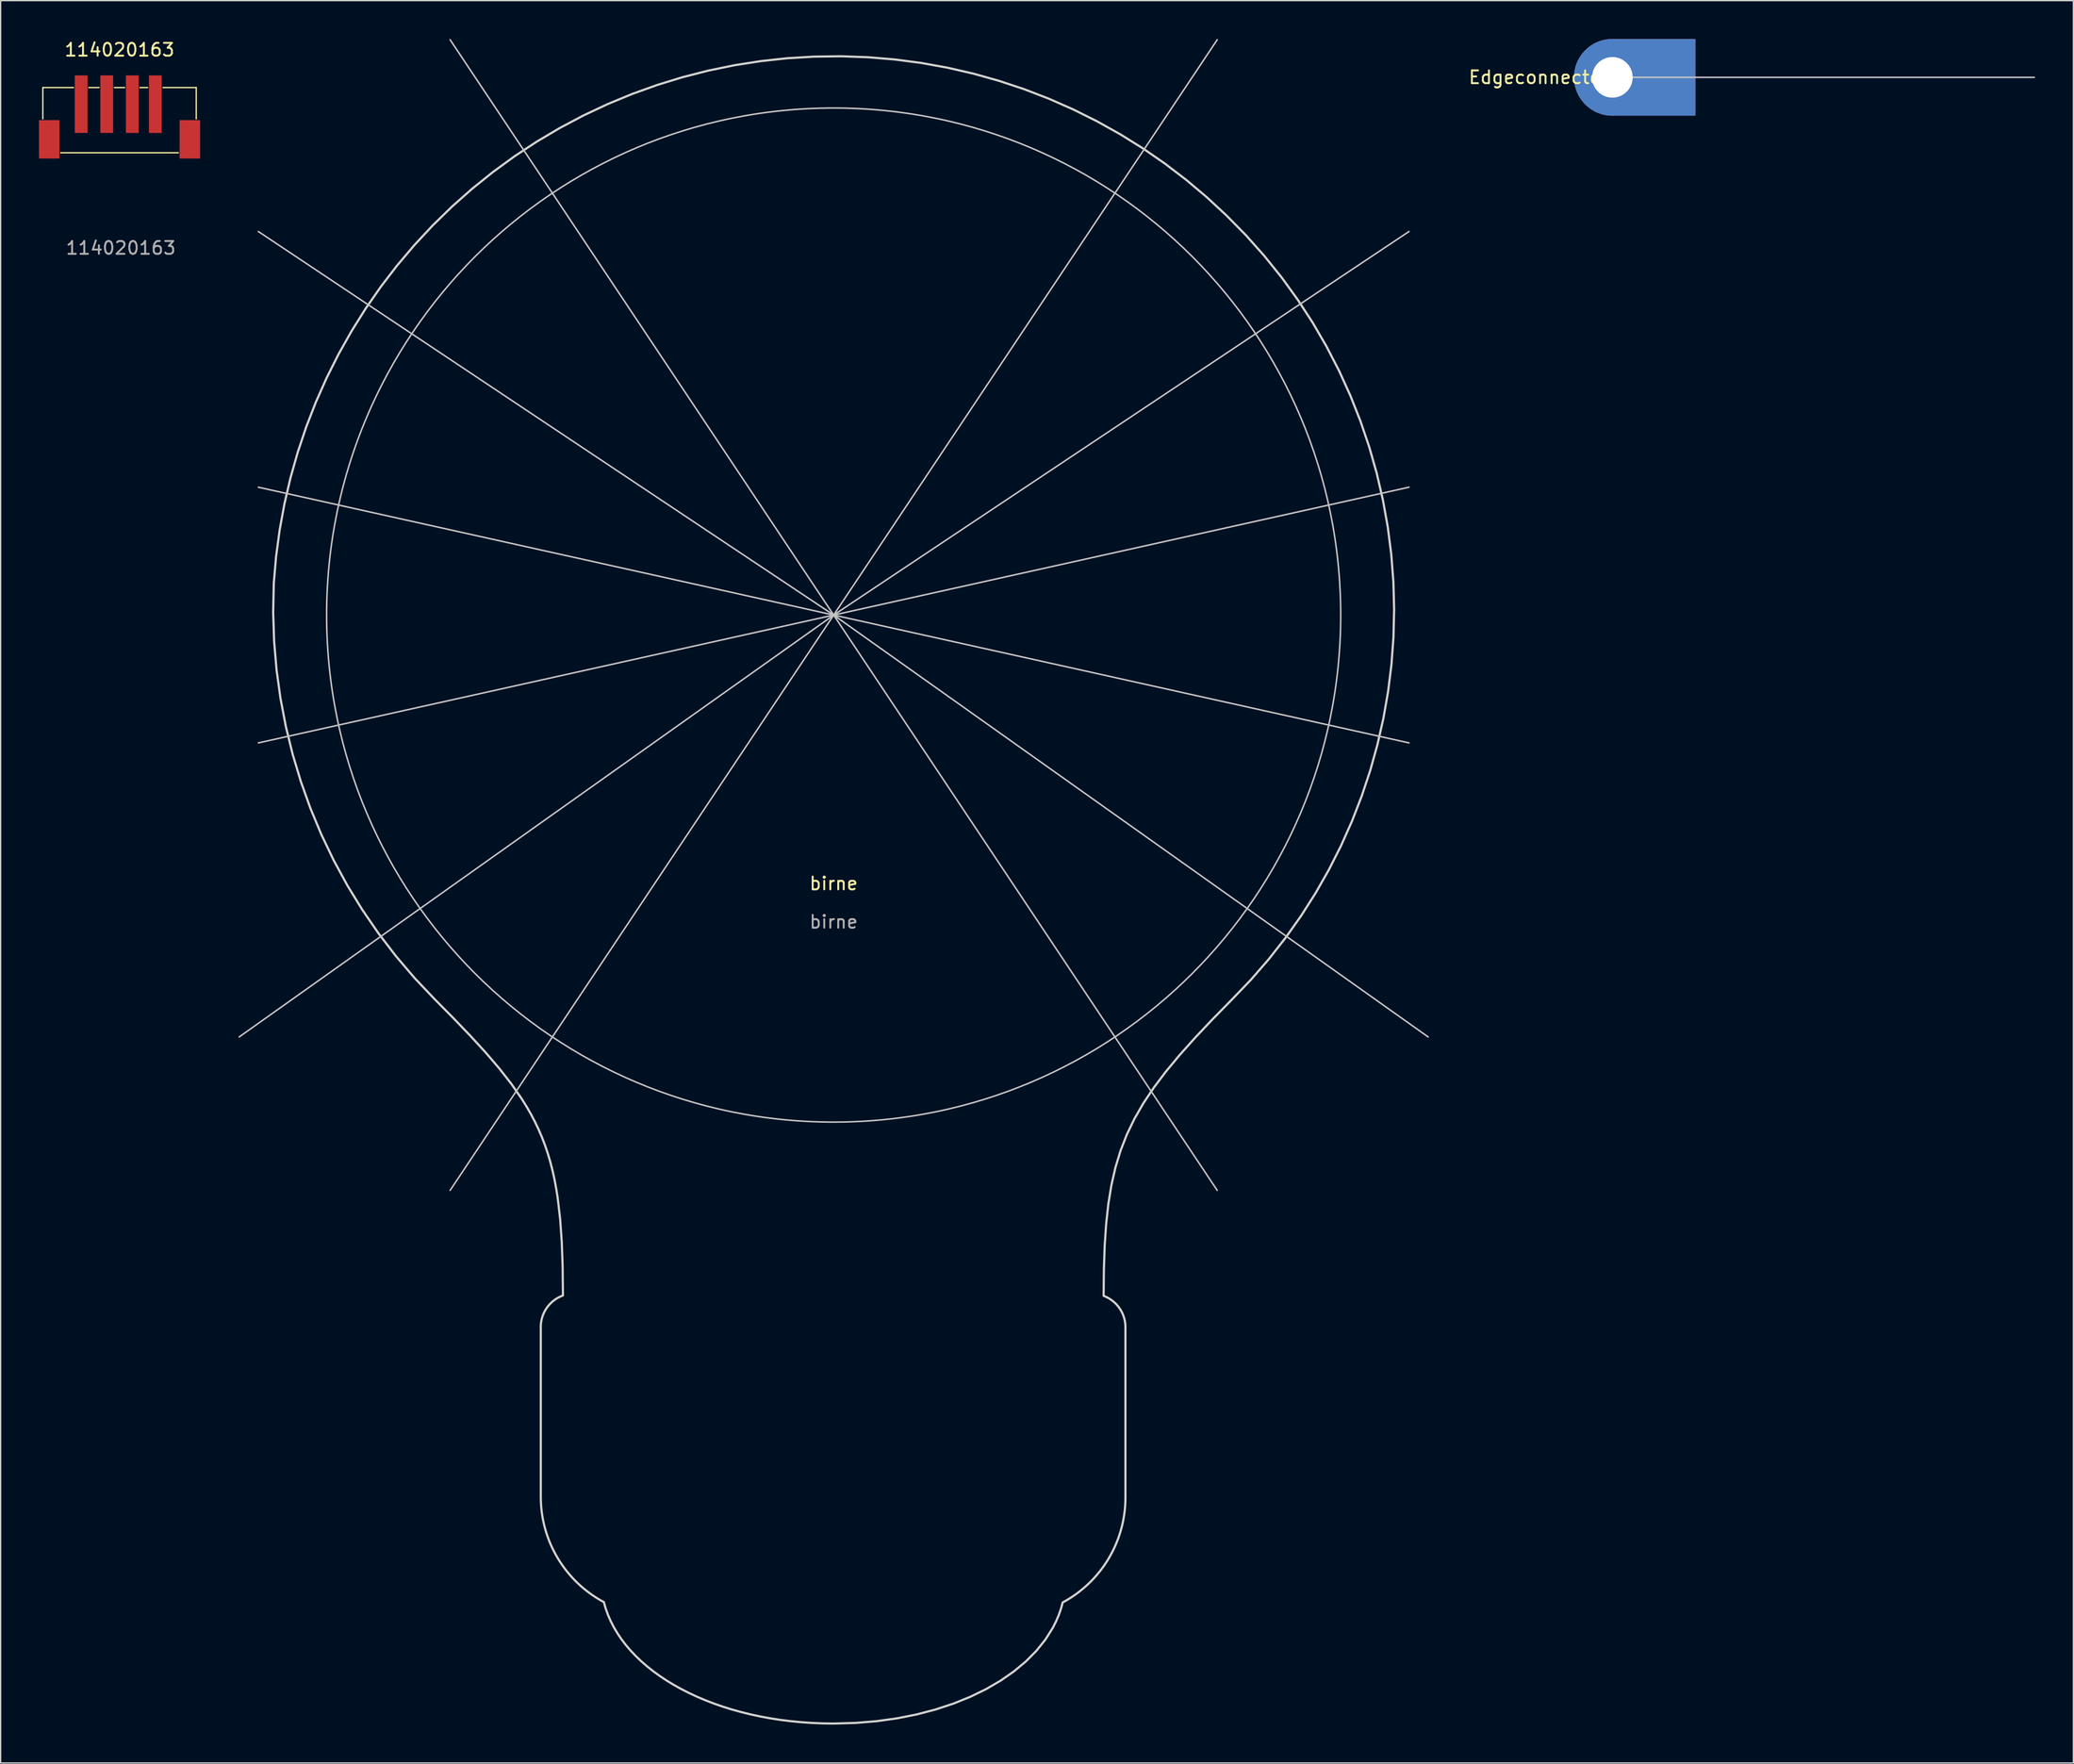
<source format=kicad_pcb>
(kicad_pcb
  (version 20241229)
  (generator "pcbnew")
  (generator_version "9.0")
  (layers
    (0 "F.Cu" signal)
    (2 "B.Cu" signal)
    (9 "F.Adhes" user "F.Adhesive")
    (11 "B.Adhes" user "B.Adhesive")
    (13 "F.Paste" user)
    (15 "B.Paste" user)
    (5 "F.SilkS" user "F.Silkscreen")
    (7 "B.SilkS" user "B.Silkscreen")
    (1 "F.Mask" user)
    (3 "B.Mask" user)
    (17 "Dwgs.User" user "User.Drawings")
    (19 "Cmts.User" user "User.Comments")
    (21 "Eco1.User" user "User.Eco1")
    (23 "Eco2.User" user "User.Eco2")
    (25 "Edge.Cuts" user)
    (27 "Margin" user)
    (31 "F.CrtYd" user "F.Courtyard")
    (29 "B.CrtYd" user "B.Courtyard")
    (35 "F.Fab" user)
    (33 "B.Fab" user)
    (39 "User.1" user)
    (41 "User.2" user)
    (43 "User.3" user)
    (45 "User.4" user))
  (footprint "Edgeconnector"
    (layer "F.Cu")
    (at 123.071 3)
    (property "Reference" "Edgeconnector" (at -5.75 0 0) (layer "F.SilkS") (effects (font (size 1 1) (thickness 0.15))))
    (attr through_hole)
    (fp_line (start 0 0) (end 33 0) (stroke (width 0.12) (type solid)) (layer "Dwgs.User"))
    (pad "1" thru_hole circle (at 0 0) (size 6 6) (drill 3.175) (layers "*.Cu" "*.Mask"))
    (pad "1" smd custom (at 0 0) (size 6 6) (layers "F.Cu" "F.Mask") (options (anchor circle)) (primitives (gr_poly (pts (xy 6.5 3) (xy 0 3) (xy 0 -3) (xy 6.5 -3)) (width 0) (fill yes))))
    (pad "1" smd custom (at 0 0) (size 6 6) (layers "B.Cu" "B.Mask") (options (anchor circle)) (primitives (gr_poly (pts (xy 6.5 -3) (xy 0 -3) (xy 0 3) (xy 6.5 3)) (width 0) (fill yes)))))
  (footprint "birne"
    (layer "F.Cu")
    (at 62.16 45.06)
    (property "Reference" "birne" (at 0 21 0) (unlocked yes) (layer "F.SilkS") (effects (font (size 1 1) (thickness 0.15))))
    (attr smd)
    (fp_line (start 0 0) (end -46.5 33) (stroke (width 0.12) (type solid)) (layer "Dwgs.User"))
    (fp_line (start 0 0) (end -45 -30) (stroke (width 0.12) (type solid)) (layer "Dwgs.User"))
    (fp_line (start 0 0) (end -45 -10) (stroke (width 0.12) (type solid)) (layer "Dwgs.User"))
    (fp_line (start 0 0) (end -45 10) (stroke (width 0.12) (type solid)) (layer "Dwgs.User"))
    (fp_line (start 0 0) (end -30 -45) (stroke (width 0.12) (type solid)) (layer "Dwgs.User"))
    (fp_line (start 0 0) (end -30 45) (stroke (width 0.12) (type solid)) (layer "Dwgs.User"))
    (fp_line (start 0 0) (end 30 -45) (stroke (width 0.12) (type solid)) (layer "Dwgs.User"))
    (fp_line (start 0 0) (end 30 45) (stroke (width 0.12) (type solid)) (layer "Dwgs.User"))
    (fp_line (start 0 0) (end 45 -30) (stroke (width 0.12) (type solid)) (layer "Dwgs.User"))
    (fp_line (start 0 0) (end 45 -10) (stroke (width 0.12) (type solid)) (layer "Dwgs.User"))
    (fp_line (start 0 0) (end 45 10) (stroke (width 0.12) (type solid)) (layer "Dwgs.User"))
    (fp_line (start 0 0) (end 46.5 33) (stroke (width 0.12) (type solid)) (layer "Dwgs.User"))
    (fp_circle (center 0 0) (end 22 -33) (stroke (width 0.12) (type solid)) (fill no) (layer "Dwgs.User"))
    (fp_poly (pts (xy 2.684 -43.633) (xy 4.778 -43.458) (xy 6.853 -43.185) (xy 8.907 -42.814) (xy 10.937 -42.347) (xy 12.939 -41.785) (xy 14.91 -41.13) (xy 16.847 -40.383) (xy 18.747 -39.545) (xy 20.606 -38.618) (xy 22.421 -37.604) (xy 24.189 -36.502) (xy 25.906 -35.316) (xy 27.57 -34.045) (xy 29.176 -32.693) (xy 30.722 -31.259) (xy 32.249 -29.708) (xy 33.689 -28.089) (xy 35.041 -26.407) (xy 36.302 -24.664) (xy 37.472 -22.865) (xy 38.549 -21.012) (xy 39.531 -19.111) (xy 40.417 -17.164) (xy 41.204 -15.175) (xy 41.892 -13.149) (xy 42.479 -11.088) (xy 42.963 -8.997) (xy 43.343 -6.879) (xy 43.617 -4.739) (xy 43.783 -2.578) (xy 43.841 -0.403) (xy 43.839 -0.401) (xy 43.788 1.739) (xy 43.631 3.866) (xy 43.369 5.974) (xy 43.004 8.06) (xy 42.538 10.121) (xy 41.972 12.153) (xy 41.307 14.152) (xy 40.546 16.115) (xy 39.689 18.038) (xy 38.738 19.918) (xy 37.694 21.751) (xy 36.559 23.533) (xy 35.335 25.262) (xy 34.023 26.932) (xy 32.624 28.541) (xy 31.141 30.085) (xy 31.141 30.086) (xy 29.623 31.632) (xy 28.262 33.074) (xy 27.049 34.431) (xy 25.977 35.724) (xy 25.037 36.972) (xy 24.222 38.194) (xy 23.523 39.409) (xy 22.931 40.637) (xy 22.44 41.898) (xy 22.041 43.21) (xy 21.725 44.593) (xy 21.485 46.066) (xy 21.312 47.65) (xy 21.198 49.363) (xy 21.136 51.224) (xy 21.118 53.254) (xy 21.3 53.33) (xy 21.474 53.418) (xy 21.64 53.519) (xy 21.797 53.63) (xy 21.945 53.752) (xy 22.083 53.884) (xy 22.211 54.026) (xy 22.328 54.176) (xy 22.434 54.334) (xy 22.528 54.5) (xy 22.61 54.673) (xy 22.679 54.851) (xy 22.736 55.036) (xy 22.779 55.225) (xy 22.808 55.418) (xy 22.823 55.616) (xy 22.823 69.048) (xy 22.817 69.363) (xy 22.8 69.677) (xy 22.773 69.989) (xy 22.736 70.3) (xy 22.688 70.609) (xy 22.63 70.916) (xy 22.562 71.221) (xy 22.483 71.523) (xy 22.394 71.823) (xy 22.296 72.119) (xy 22.187 72.412) (xy 22.069 72.701) (xy 21.941 72.987) (xy 21.803 73.268) (xy 21.655 73.545) (xy 21.498 73.818) (xy 21.332 74.085) (xy 21.157 74.346) (xy 20.974 74.6) (xy 20.782 74.848) (xy 20.583 75.089) (xy 20.375 75.323) (xy 20.161 75.549) (xy 19.938 75.769) (xy 19.709 75.98) (xy 19.472 76.184) (xy 19.229 76.38) (xy 18.979 76.568) (xy 18.723 76.748) (xy 18.46 76.919) (xy 18.191 77.081) (xy 17.916 77.235) (xy 17.776 77.742) (xy 17.6 78.241) (xy 17.39 78.73) (xy 17.147 79.209) (xy 16.565 80.136) (xy 15.858 81.017) (xy 15.034 81.85) (xy 14.098 82.63) (xy 13.057 83.354) (xy 11.918 84.018) (xy 10.686 84.617) (xy 9.367 85.149) (xy 7.969 85.61) (xy 6.497 85.995) (xy 4.957 86.301) (xy 3.356 86.524) (xy 1.701 86.661) (xy -0.004 86.708) (xy -0.862 86.696) (xy -1.708 86.661) (xy -2.543 86.603) (xy -3.364 86.523) (xy -4.172 86.422) (xy -4.965 86.299) (xy -5.743 86.155) (xy -6.505 85.991) (xy -7.251 85.807) (xy -7.978 85.604) (xy -8.688 85.382) (xy -9.378 85.141) (xy -10.048 84.883) (xy -10.698 84.607) (xy -11.326 84.314) (xy -11.932 84.005) (xy -12.515 83.68) (xy -13.074 83.339) (xy -13.609 82.983) (xy -14.119 82.613) (xy -14.602 82.228) (xy -15.059 81.83) (xy -15.488 81.419) (xy -15.888 80.996) (xy -16.259 80.56) (xy -16.601 80.112) (xy -16.911 79.653) (xy -17.191 79.184) (xy -17.438 78.704) (xy -17.651 78.215) (xy -17.831 77.717) (xy -17.977 77.209) (xy -18.252 77.056) (xy -18.521 76.894) (xy -18.785 76.723) (xy -19.042 76.543) (xy -19.292 76.355) (xy -19.536 76.16) (xy -19.774 75.956) (xy -20.004 75.744) (xy -20.227 75.525) (xy -20.442 75.299) (xy -20.65 75.065) (xy -20.85 74.824) (xy -21.043 74.577) (xy -21.227 74.322) (xy -21.402 74.062) (xy -21.569 73.795) (xy -21.728 73.522) (xy -21.876 73.245) (xy -22.015 72.963) (xy -22.144 72.678) (xy -22.264 72.388) (xy -22.373 72.095) (xy -22.473 71.799) (xy -22.562 71.499) (xy -22.642 71.197) (xy -22.711 70.892) (xy -22.77 70.585) (xy -22.819 70.275) (xy -22.857 69.964) (xy -22.885 69.652) (xy -22.902 69.338) (xy -22.909 69.023) (xy -22.909 55.589) (xy -22.903 55.489) (xy -22.894 55.39) (xy -22.881 55.293) (xy -22.864 55.196) (xy -22.843 55.1) (xy -22.82 55.006) (xy -22.792 54.913) (xy -22.762 54.821) (xy -22.728 54.73) (xy -22.691 54.641) (xy -22.651 54.554) (xy -22.607 54.468) (xy -22.561 54.384) (xy -22.511 54.302) (xy -22.459 54.222) (xy -22.404 54.144) (xy -22.346 54.068) (xy -22.285 53.994) (xy -22.222 53.922) (xy -22.156 53.852) (xy -22.087 53.785) (xy -22.016 53.721) (xy -21.942 53.658) (xy -21.866 53.599) (xy -21.788 53.542) (xy -21.707 53.488) (xy -21.624 53.437) (xy -21.539 53.389) (xy -21.452 53.344) (xy -21.363 53.302) (xy -21.271 53.263) (xy -21.178 53.227) (xy -21.178 53.07) (xy -21.2 50.948) (xy -21.27 49.015) (xy -21.395 47.251) (xy -21.582 45.634) (xy -21.701 44.874) (xy -21.838 44.143) (xy -21.994 43.438) (xy -22.17 42.757) (xy -22.367 42.097) (xy -22.585 41.455) (xy -22.826 40.829) (xy -23.09 40.217) (xy -23.379 39.615) (xy -23.692 39.02) (xy -24.032 38.431) (xy -24.398 37.845) (xy -25.214 36.67) (xy -26.148 35.474) (xy -27.207 34.236) (xy -28.398 32.935) (xy -29.727 31.55) (xy -31.201 30.059) (xy -32.763 28.411) (xy -34.23 26.692) (xy -35.599 24.906) (xy -36.869 23.057) (xy -38.039 21.15) (xy -39.106 19.188) (xy -40.07 17.177) (xy -40.928 15.119) (xy -41.678 13.021) (xy -42.32 10.885) (xy -42.852 8.716) (xy -43.271 6.518) (xy -43.577 4.296) (xy -43.767 2.054) (xy -43.841 -0.205) (xy -43.795 -2.475) (xy -43.615 -4.576) (xy -43.335 -6.658) (xy -42.958 -8.717) (xy -42.484 -10.749) (xy -41.915 -12.753) (xy -41.254 -14.724) (xy -40.501 -16.66) (xy -39.657 -18.557) (xy -38.725 -20.413) (xy -37.706 -22.223) (xy -36.602 -23.984) (xy -35.413 -25.695) (xy -34.142 -27.35) (xy -32.789 -28.948) (xy -31.357 -30.484) (xy -29.847 -31.957) (xy -28.268 -33.355) (xy -26.631 -34.67) (xy -24.939 -35.902) (xy -23.194 -37.049) (xy -21.402 -38.109) (xy -19.564 -39.082) (xy -17.684 -39.965) (xy -15.765 -40.759) (xy -13.812 -41.461) (xy -11.826 -42.07) (xy -9.811 -42.586) (xy -7.771 -43.006) (xy -5.709 -43.329) (xy -3.628 -43.555) (xy -1.532 -43.681) (xy 0.577 -43.708)) (stroke (width 0.17) (type solid)) (fill no) (layer "Edge.Cuts"))
    (fp_text user "${REFERENCE}" (at 0 24 0) (unlocked yes) (layer "F.Fab") (effects (font (size 1 1) (thickness 0.15)))))
  (footprint "114020163"
    (layer "F.Cu")
    (at 6.3 6.348)
    (property "Reference" "114020163" (at 0 -5.5 0) (unlocked yes) (layer "F.SilkS") (effects (font (size 1 1) (thickness 0.15))))
    (attr smd)
    (fp_line (start -6 -0.1) (end -6 -2.55) (stroke (width 0.1) (type solid)) (layer "F.SilkS"))
    (fp_line (start -3.6 -2.55) (end -6 -2.55) (stroke (width 0.1) (type solid)) (layer "F.SilkS"))
    (fp_line (start -1.6 -2.55) (end -2.4 -2.55) (stroke (width 0.1) (type solid)) (layer "F.SilkS"))
    (fp_line (start 0.4 -2.55) (end -0.4 -2.55) (stroke (width 0.1) (type solid)) (layer "F.SilkS"))
    (fp_line (start 2.2 -2.55) (end 1.6 -2.55) (stroke (width 0.1) (type solid)) (layer "F.SilkS"))
    (fp_line (start 3.4 -2.55) (end 6 -2.55) (stroke (width 0.1) (type solid)) (layer "F.SilkS"))
    (fp_line (start 4.6 2.55) (end -4.6 2.55) (stroke (width 0.1) (type solid)) (layer "F.SilkS"))
    (fp_line (start 6 -2.55) (end 6 -0.1) (stroke (width 0.1) (type solid)) (layer "F.SilkS"))
    (fp_text user "${REFERENCE}" (at 0.1 10 0) (unlocked yes) (layer "F.Fab") (effects (font (size 1 1) (thickness 0.15))))
    (pad "" smd rect (at -5.5 1.5 90) (size 3 1.6) (layers "F.Cu" "F.Mask" "F.Paste"))
    (pad "" smd rect (at 5.5 1.5 90) (size 3 1.6) (layers "F.Cu" "F.Mask" "F.Paste"))
    (pad "1" smd rect (at 2.8 -1.25 90) (size 4.5 1) (layers "F.Cu" "F.Mask" "F.Paste"))
    (pad "2" smd rect (at 1 -1.25 90) (size 4.5 1) (layers "F.Cu" "F.Mask" "F.Paste"))
    (pad "3" smd rect (at -1 -1.25 90) (size 4.5 1) (layers "F.Cu" "F.Mask" "F.Paste"))
    (pad "4" smd rect (at -3 -1.25 90) (size 4.5 1) (layers "F.Cu" "F.Mask" "F.Paste")))
  (gr_rect
    (start -3 -3)
    (end 159.131 134.853)
    (stroke (width 0.1) (type default))
    (fill no)
    (layer "Edge.Cuts")))
</source>
